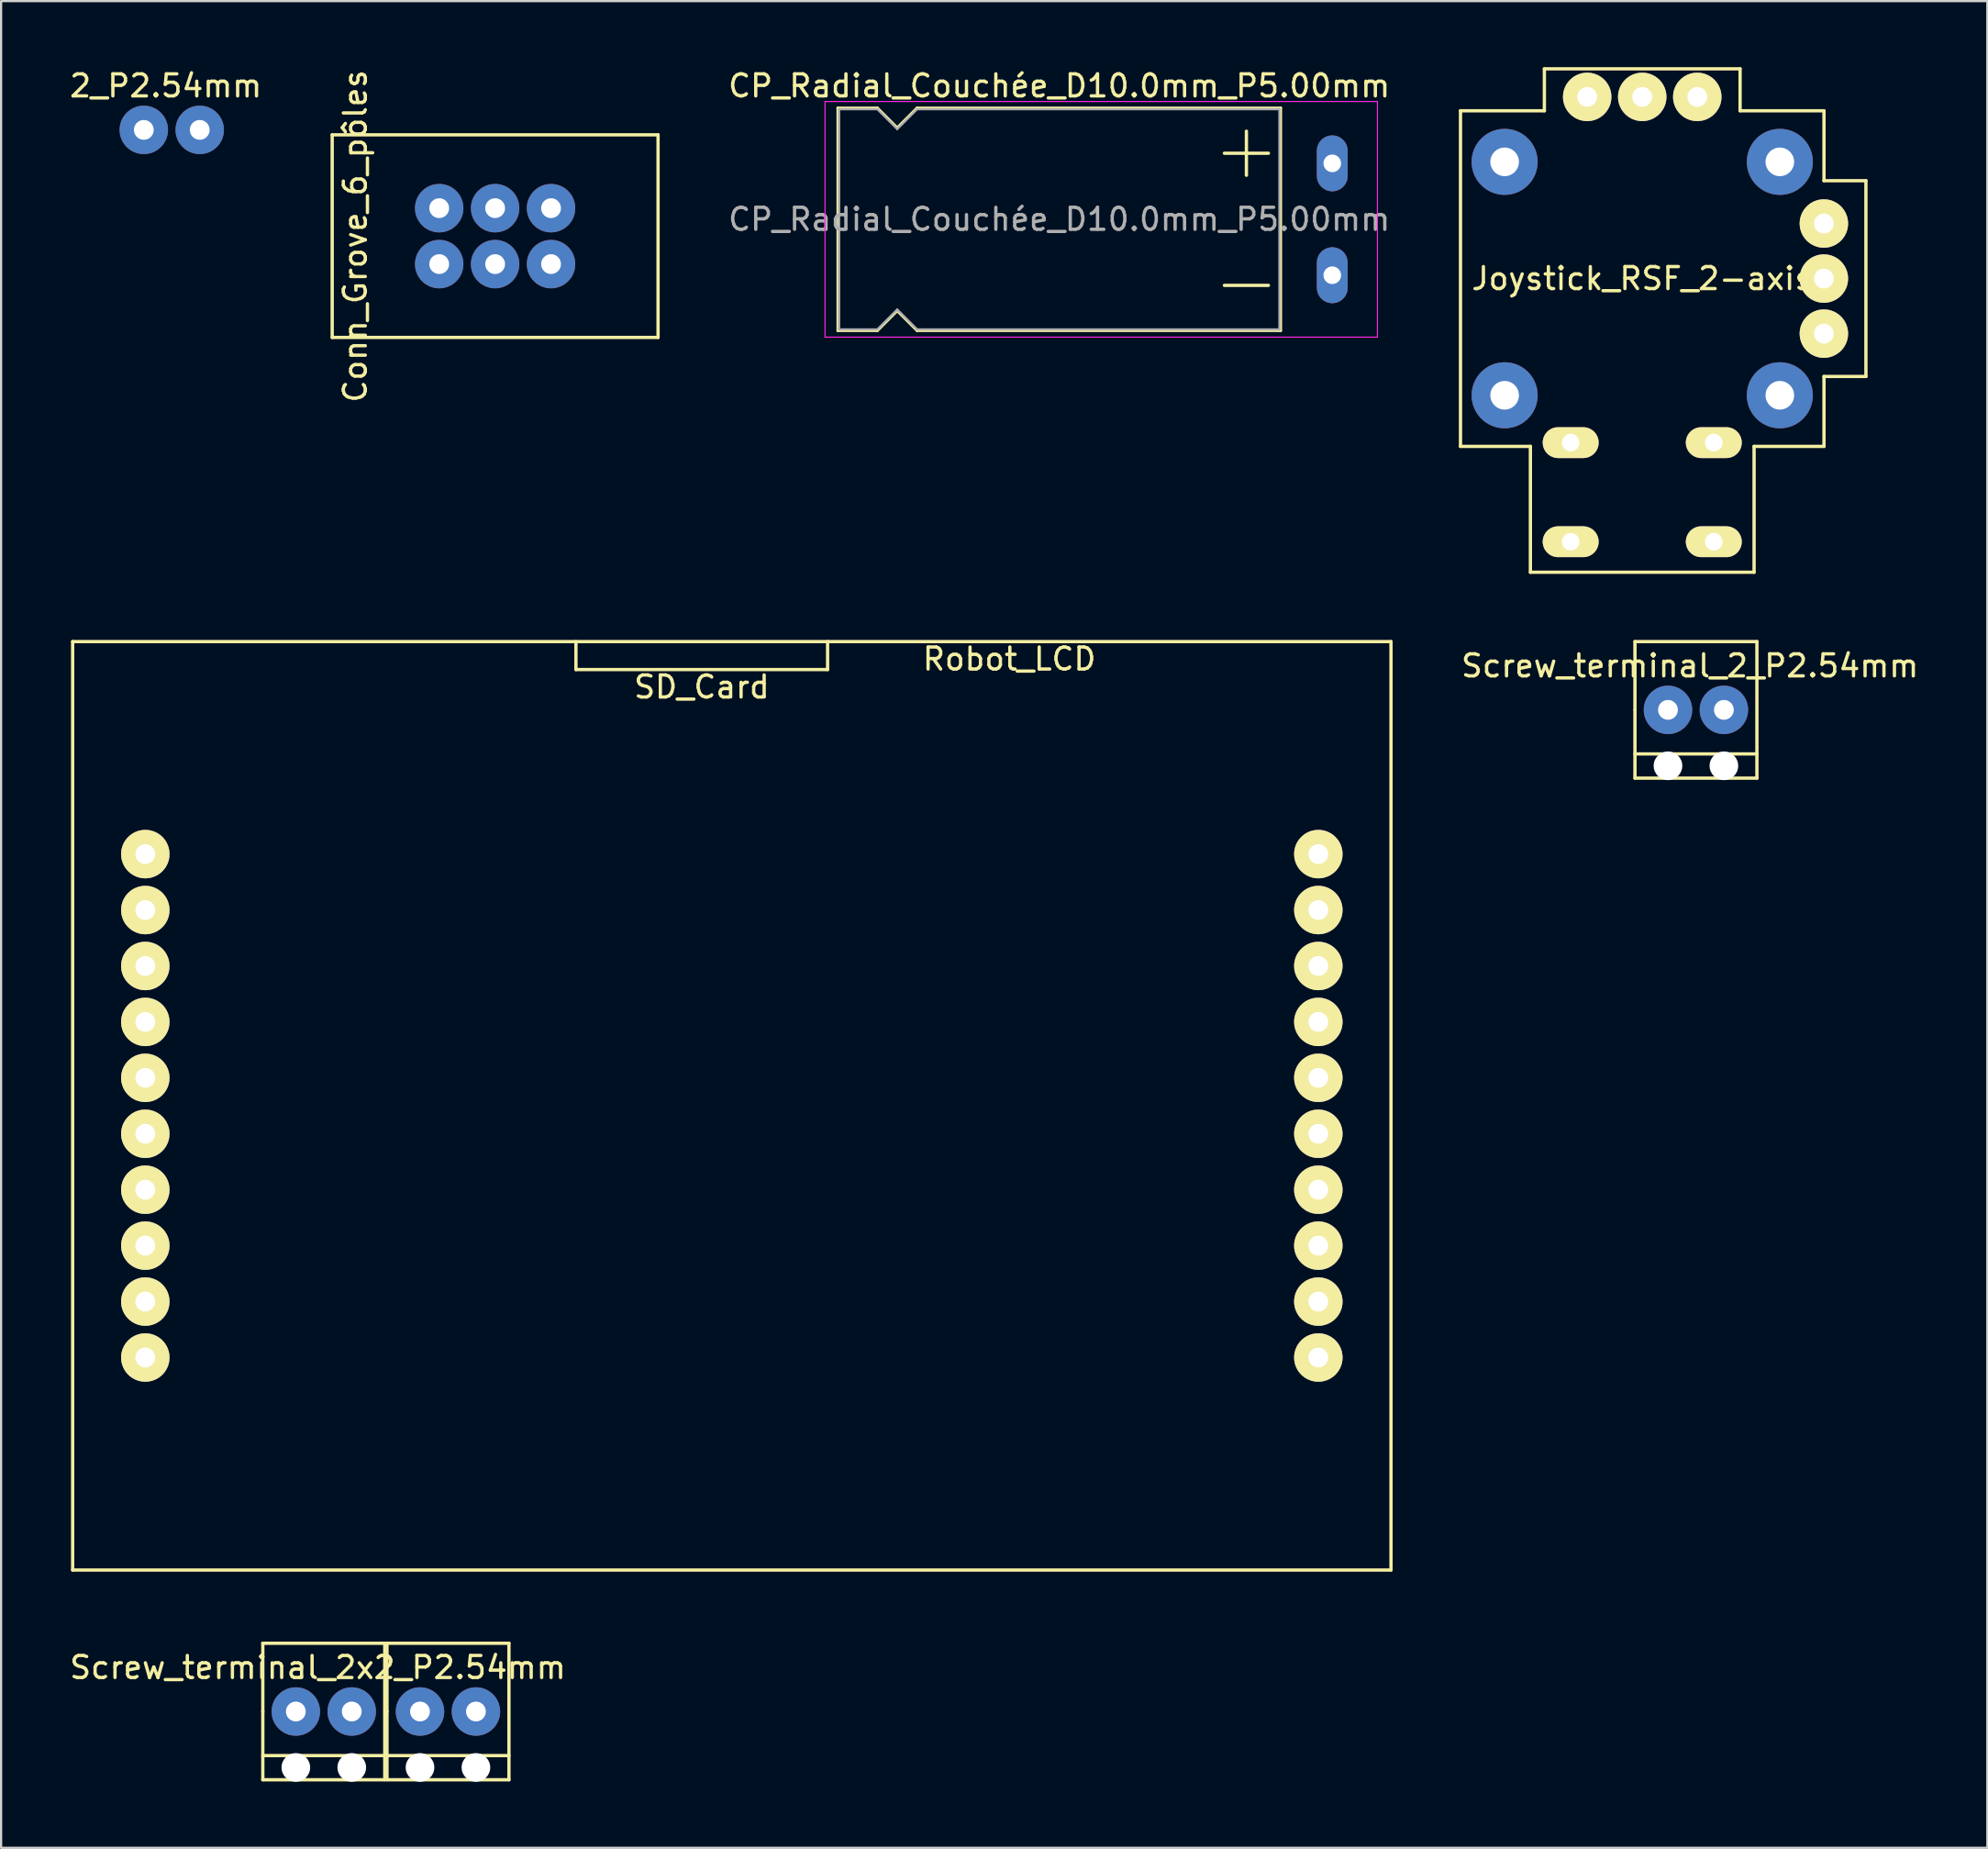
<source format=kicad_pcb>
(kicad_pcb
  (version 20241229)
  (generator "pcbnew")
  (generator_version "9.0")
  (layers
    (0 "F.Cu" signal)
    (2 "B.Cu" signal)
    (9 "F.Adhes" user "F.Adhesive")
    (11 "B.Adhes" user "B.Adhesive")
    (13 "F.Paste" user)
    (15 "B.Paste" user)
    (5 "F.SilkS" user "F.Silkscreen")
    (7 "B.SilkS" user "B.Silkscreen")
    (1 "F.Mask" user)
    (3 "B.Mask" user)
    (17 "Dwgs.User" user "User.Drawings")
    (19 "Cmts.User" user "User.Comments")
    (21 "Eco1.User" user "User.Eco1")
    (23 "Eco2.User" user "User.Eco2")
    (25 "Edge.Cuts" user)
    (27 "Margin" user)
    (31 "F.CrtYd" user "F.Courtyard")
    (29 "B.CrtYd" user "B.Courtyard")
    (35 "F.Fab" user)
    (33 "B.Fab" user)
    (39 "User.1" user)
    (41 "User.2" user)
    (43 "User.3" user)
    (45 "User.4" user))
  (footprint "Screw_terminal_2x2_P2.54mm"
    (layer "F.Cu")
    (at 10.387 74.67)
    (property "Reference" "Screw_terminal_2x2_P2.54mm" (at 1 -2 0) (layer "F.SilkS") (effects (font (size 1 1) (thickness 0.15))))
    (attr through_hole)
    (fp_line (start -1.5 -3.1) (end 4.04 -3.1) (stroke (width 0.15) (type solid)) (layer "F.SilkS"))
    (fp_line (start -1.5 0) (end -1.5 -3.1) (stroke (width 0.15) (type solid)) (layer "F.SilkS"))
    (fp_line (start -1.5 3.1) (end -1.5 0) (stroke (width 0.15) (type solid)) (layer "F.SilkS"))
    (fp_line (start -1.5 3.1) (end 4.04 3.1) (stroke (width 0.15) (type solid)) (layer "F.SilkS"))
    (fp_line (start 4.04 -3.1) (end 4.04 3.1) (stroke (width 0.15) (type solid)) (layer "F.SilkS"))
    (fp_line (start 4.04 2) (end -1.5 2) (stroke (width 0.15) (type solid)) (layer "F.SilkS"))
    (fp_line (start 4.14 -3.1) (end 9.68 -3.1) (stroke (width 0.15) (type solid)) (layer "F.SilkS"))
    (fp_line (start 4.14 0) (end 4.14 -3.1) (stroke (width 0.15) (type solid)) (layer "F.SilkS"))
    (fp_line (start 4.14 3.1) (end 4.14 0) (stroke (width 0.15) (type solid)) (layer "F.SilkS"))
    (fp_line (start 4.14 3.1) (end 9.68 3.1) (stroke (width 0.15) (type solid)) (layer "F.SilkS"))
    (fp_line (start 9.68 -3.1) (end 9.68 3.1) (stroke (width 0.15) (type solid)) (layer "F.SilkS"))
    (fp_line (start 9.68 2) (end 4.14 2) (stroke (width 0.15) (type solid)) (layer "F.SilkS"))
    (pad "" np_thru_hole circle (at 0 2.54) (size 1.3 1.3) (drill 1.3) (layers "*.Cu" "*.Mask"))
    (pad "" np_thru_hole circle (at 2.54 2.54) (size 1.3 1.3) (drill 1.3) (layers "*.Cu" "*.Mask"))
    (pad "" np_thru_hole circle (at 5.64 2.54) (size 1.3 1.3) (drill 1.3) (layers "*.Cu" "*.Mask"))
    (pad "" np_thru_hole circle (at 8.18 2.54) (size 1.3 1.3) (drill 1.3) (layers "*.Cu" "*.Mask"))
    (pad "1" thru_hole circle (at 0 0) (size 2.2 2.2) (drill 0.9) (layers "*.Cu" "*.Mask"))
    (pad "2" thru_hole circle (at 2.54 0) (size 2.2 2.2) (drill 0.9) (layers "*.Cu" "*.Mask"))
    (pad "3" thru_hole circle (at 5.64 0) (size 2.2 2.2) (drill 0.9) (layers "*.Cu" "*.Mask"))
    (pad "4" thru_hole circle (at 8.18 0) (size 2.2 2.2) (drill 0.9) (layers "*.Cu" "*.Mask")))
  (footprint "2_P2.54mm"
    (layer "F.Cu")
    (at 3.482 2.848)
    (property "Reference" "2_P2.54mm" (at 1 -2 0) (layer "F.SilkS") (effects (font (size 1 1) (thickness 0.15))))
    (attr through_hole)
    (pad "1" thru_hole circle (at 0 0) (size 2.2 2.2) (drill 0.9) (layers "*.Cu" "*.Mask"))
    (pad "2" thru_hole circle (at 2.54 0) (size 2.2 2.2) (drill 0.9) (layers "*.Cu" "*.Mask")))
  (footprint "Conn_Grove_6_pôles"
    (layer "F.Cu")
    (at 19.439 7.673)
    (property "Reference" "Conn_Grove_6_pôles" (at -6.35 0 90) (layer "F.SilkS") (effects (font (size 1 1) (thickness 0.15))))
    (attr through_hole)
    (fp_line (start -7.4 -4.6) (end 7.4 -4.6) (stroke (width 0.15) (type solid)) (layer "F.SilkS"))
    (fp_line (start -7.4 4.6) (end -7.4 -4.6) (stroke (width 0.15) (type solid)) (layer "F.SilkS"))
    (fp_line (start -7.4 4.6) (end 7.4 4.6) (stroke (width 0.15) (type solid)) (layer "F.SilkS"))
    (fp_line (start 7.4 4.6) (end 7.4 -4.6) (stroke (width 0.15) (type solid)) (layer "F.SilkS"))
    (pad "1" thru_hole circle (at 2.54 -1.27) (size 2.2 2.2) (drill 0.9) (layers "*.Cu" "*.Mask"))
    (pad "2" thru_hole circle (at 0 -1.27) (size 2.2 2.2) (drill 0.9) (layers "*.Cu" "*.Mask"))
    (pad "3" thru_hole circle (at -2.54 -1.27) (size 2.2 2.2) (drill 0.9) (layers "*.Cu" "*.Mask"))
    (pad "4" thru_hole circle (at 2.54 1.27) (size 2.2 2.2) (drill 0.9) (layers "*.Cu" "*.Mask"))
    (pad "5" thru_hole circle (at 0 1.27) (size 2.2 2.2) (drill 0.9) (layers "*.Cu" "*.Mask"))
    (pad "6" thru_hole circle (at -2.54 1.27) (size 2.2 2.2) (drill 0.9) (layers "*.Cu" "*.Mask")))
  (footprint "Robot_LCD"
    (placed yes)
    (layer "F.Cu")
    (at 0.25 68.245)
    (property "Reference" "Robot_LCD" (at 42.545 -41.37 0) (layer "F.SilkS") (effects (font (size 1 1) (thickness 0.15))))
    (attr through_hole)
    (fp_line (start 0 -42.16) (end 59.88 -42.16) (stroke (width 0.15) (type solid)) (layer "F.SilkS"))
    (fp_line (start 0 0) (end 0 -42.16) (stroke (width 0.15) (type solid)) (layer "F.SilkS"))
    (fp_line (start 22.86 -42.16) (end 22.86 -40.89) (stroke (width 0.15) (type solid)) (layer "F.SilkS"))
    (fp_line (start 22.86 -40.89) (end 34.29 -40.89) (stroke (width 0.15) (type solid)) (layer "F.SilkS"))
    (fp_line (start 34.29 -40.89) (end 34.29 -42.16) (stroke (width 0.15) (type solid)) (layer "F.SilkS"))
    (fp_line (start 59.88 -42.16) (end 59.88 0) (stroke (width 0.15) (type solid)) (layer "F.SilkS"))
    (fp_line (start 59.88 0) (end 0 0) (stroke (width 0.15) (type solid)) (layer "F.SilkS"))
    (fp_text user "SD_Card" (at 28.575 -40.1 0) (layer "F.SilkS") (effects (font (size 1 1) (thickness 0.15))))
    (pad "" thru_hole circle (at 3.3 -32.51) (size 2.2 2.2) (drill 0.9) (layers "*.Cu" "*.Mask" "F.SilkS"))
    (pad "" thru_hole circle (at 3.3 -29.97) (size 2.2 2.2) (drill 0.9) (layers "*.Cu" "*.Mask" "F.SilkS"))
    (pad "" thru_hole circle (at 3.3 -27.43) (size 2.2 2.2) (drill 0.9) (layers "*.Cu" "*.Mask" "F.SilkS"))
    (pad "" thru_hole circle (at 3.3 -24.89) (size 2.2 2.2) (drill 0.9) (layers "*.Cu" "*.Mask" "F.SilkS"))
    (pad "" thru_hole circle (at 3.3 -22.35) (size 2.2 2.2) (drill 0.9) (layers "*.Cu" "*.Mask" "F.SilkS"))
    (pad "" thru_hole circle (at 3.3 -19.81) (size 2.2 2.2) (drill 0.9) (layers "*.Cu" "*.Mask" "F.SilkS"))
    (pad "" thru_hole circle (at 3.3 -17.27) (size 2.2 2.2) (drill 0.9) (layers "*.Cu" "*.Mask" "F.SilkS"))
    (pad "" thru_hole circle (at 3.3 -14.73) (size 2.2 2.2) (drill 0.9) (layers "*.Cu" "*.Mask" "F.SilkS"))
    (pad "" thru_hole circle (at 3.3 -12.19) (size 2.2 2.2) (drill 0.9) (layers "*.Cu" "*.Mask" "F.SilkS"))
    (pad "" thru_hole circle (at 3.3 -9.65) (size 2.2 2.2) (drill 0.9) (layers "*.Cu" "*.Mask" "F.SilkS"))
    (pad "1" thru_hole circle (at 56.58 -32.51) (size 2.2 2.2) (drill 0.9) (layers "*.Cu" "*.Mask" "F.SilkS"))
    (pad "2" thru_hole circle (at 56.58 -29.97) (size 2.2 2.2) (drill 0.9) (layers "*.Cu" "*.Mask" "F.SilkS"))
    (pad "3" thru_hole circle (at 56.58 -27.43) (size 2.2 2.2) (drill 0.9) (layers "*.Cu" "*.Mask" "F.SilkS"))
    (pad "4" thru_hole circle (at 56.58 -24.89) (size 2.2 2.2) (drill 0.9) (layers "*.Cu" "*.Mask" "F.SilkS"))
    (pad "5" thru_hole circle (at 56.58 -22.35) (size 2.2 2.2) (drill 0.9) (layers "*.Cu" "*.Mask" "F.SilkS"))
    (pad "6" thru_hole circle (at 56.58 -19.81) (size 2.2 2.2) (drill 0.9) (layers "*.Cu" "*.Mask" "F.SilkS"))
    (pad "7" thru_hole circle (at 56.58 -17.27) (size 2.2 2.2) (drill 0.9) (layers "*.Cu" "*.Mask" "F.SilkS"))
    (pad "8" thru_hole circle (at 56.58 -14.73) (size 2.2 2.2) (drill 0.9) (layers "*.Cu" "*.Mask" "F.SilkS"))
    (pad "9" thru_hole circle (at 56.58 -12.19) (size 2.2 2.2) (drill 0.9) (layers "*.Cu" "*.Mask" "F.SilkS"))
    (pad "10" thru_hole circle (at 56.58 -9.65) (size 2.2 2.2) (drill 0.9) (layers "*.Cu" "*.Mask" "F.SilkS")))
  (footprint "Screw_terminal_2_P2.54mm"
    (layer "F.Cu")
    (at 72.711 29.185)
    (property "Reference" "Screw_terminal_2_P2.54mm" (at 1 -2 0) (layer "F.SilkS") (effects (font (size 1 1) (thickness 0.15))))
    (attr through_hole)
    (fp_line (start -1.5 -3.1) (end 4.04 -3.1) (stroke (width 0.15) (type solid)) (layer "F.SilkS"))
    (fp_line (start -1.5 0) (end -1.5 -3.1) (stroke (width 0.15) (type solid)) (layer "F.SilkS"))
    (fp_line (start -1.5 3.1) (end -1.5 0) (stroke (width 0.15) (type solid)) (layer "F.SilkS"))
    (fp_line (start -1.5 3.1) (end 4.04 3.1) (stroke (width 0.15) (type solid)) (layer "F.SilkS"))
    (fp_line (start 4.04 -3.1) (end 4.04 3.1) (stroke (width 0.15) (type solid)) (layer "F.SilkS"))
    (fp_line (start 4.04 2) (end -1.5 2) (stroke (width 0.15) (type solid)) (layer "F.SilkS"))
    (pad "" np_thru_hole circle (at 0 2.54) (size 1.3 1.3) (drill 1.3) (layers "*.Cu" "*.Mask"))
    (pad "" np_thru_hole circle (at 2.54 2.54) (size 1.3 1.3) (drill 1.3) (layers "*.Cu" "*.Mask"))
    (pad "1" thru_hole circle (at 0 0) (size 2.2 2.2) (drill 0.9) (layers "*.Cu" "*.Mask"))
    (pad "2" thru_hole circle (at 2.54 0) (size 2.2 2.2) (drill 0.9) (layers "*.Cu" "*.Mask")))
  (footprint "CP_Radial_Couchée_D10.0mm_P5.00mm"
    (layer "F.Cu")
    (at 34.563 6.908)
    (property "Reference" "CP_Radial_Couchée_D10.0mm_P5.00mm" (at 10.5 -6.06 0) (layer "F.SilkS") (effects (font (size 1 1) (thickness 0.15))))
    (attr through_hole)
    (fp_line (start 0.44 -5.06) (end 0.44 5.06) (stroke (width 0.12) (type solid)) (layer "F.SilkS"))
    (fp_line (start 0.44 -5.06) (end 2.24 -5.06) (stroke (width 0.12) (type solid)) (layer "F.SilkS"))
    (fp_line (start 0.44 5.06) (end 2.24 5.06) (stroke (width 0.12) (type solid)) (layer "F.SilkS"))
    (fp_line (start 2.24 -5.06) (end 3.14 -4.16) (stroke (width 0.12) (type solid)) (layer "F.SilkS"))
    (fp_line (start 2.24 5.06) (end 3.14 4.16) (stroke (width 0.12) (type solid)) (layer "F.SilkS"))
    (fp_line (start 3.14 -4.16) (end 4.04 -5.06) (stroke (width 0.12) (type solid)) (layer "F.SilkS"))
    (fp_line (start 3.14 4.16) (end 4.04 5.06) (stroke (width 0.12) (type solid)) (layer "F.SilkS"))
    (fp_line (start 4.04 -5.06) (end 20.56 -5.06) (stroke (width 0.12) (type solid)) (layer "F.SilkS"))
    (fp_line (start 4.04 5.06) (end 20.56 5.06) (stroke (width 0.12) (type solid)) (layer "F.SilkS"))
    (fp_line (start 18 -3) (end 20 -3) (stroke (width 0.15) (type solid)) (layer "F.SilkS"))
    (fp_line (start 18 3) (end 20 3) (stroke (width 0.15) (type solid)) (layer "F.SilkS"))
    (fp_line (start 19 -4) (end 19 -2) (stroke (width 0.15) (type solid)) (layer "F.SilkS"))
    (fp_line (start 20.56 -5.06) (end 20.56 5.06) (stroke (width 0.12) (type solid)) (layer "F.SilkS"))
    (fp_line (start -0.14 -5.35) (end -0.14 5.35) (stroke (width 0.05) (type solid)) (layer "F.CrtYd"))
    (fp_line (start -0.14 5.35) (end 24.95 5.35) (stroke (width 0.05) (type solid)) (layer "F.CrtYd"))
    (fp_line (start 24.95 -5.35) (end -0.14 -5.35) (stroke (width 0.05) (type solid)) (layer "F.CrtYd"))
    (fp_line (start 24.95 5.35) (end 24.95 -5.35) (stroke (width 0.05) (type solid)) (layer "F.CrtYd"))
    (fp_line (start 0.5 -5) (end 0.5 5) (stroke (width 0.1) (type solid)) (layer "F.Fab"))
    (fp_line (start 0.5 -5) (end 2.24 -5) (stroke (width 0.1) (type solid)) (layer "F.Fab"))
    (fp_line (start 0.5 5) (end 2.24 5) (stroke (width 0.1) (type solid)) (layer "F.Fab"))
    (fp_line (start 2.24 -5) (end 3.14 -4.1) (stroke (width 0.1) (type solid)) (layer "F.Fab"))
    (fp_line (start 2.24 5) (end 3.14 4.1) (stroke (width 0.1) (type solid)) (layer "F.Fab"))
    (fp_line (start 3.14 -4.1) (end 4.04 -5) (stroke (width 0.1) (type solid)) (layer "F.Fab"))
    (fp_line (start 3.14 4.1) (end 4.04 5) (stroke (width 0.1) (type solid)) (layer "F.Fab"))
    (fp_line (start 4.04 -5) (end 20.5 -5) (stroke (width 0.1) (type solid)) (layer "F.Fab"))
    (fp_line (start 4.04 5) (end 20.5 5) (stroke (width 0.1) (type solid)) (layer "F.Fab"))
    (fp_line (start 20.5 -5) (end 20.5 5) (stroke (width 0.1) (type solid)) (layer "F.Fab"))
    (fp_text user "${REFERENCE}" (at 10.5 0 0) (layer "F.Fab") (effects (font (size 1 1) (thickness 0.15))))
    (pad "1" thru_hole oval (at 22.9 -2.54) (size 1.4 2.54) (drill 0.8) (layers "*.Cu" "*.Mask"))
    (pad "2" thru_hole oval (at 22.9 2.54) (size 1.4 2.54) (drill 0.8) (layers "*.Cu" "*.Mask")))
  (footprint "Joystick_RSF_2-axis"
    (layer "F.Cu")
    (at 71.542 9.6)
    (property "Reference" "Joystick_RSF_2-axis" (at 0 0 0) (layer "F.SilkS") (effects (font (size 1 1) (thickness 0.15))))
    (attr through_hole)
    (fp_line (start -8.255 -7.62) (end -8.255 7.62) (stroke (width 0.15) (type solid)) (layer "F.SilkS"))
    (fp_line (start -8.255 7.62) (end -5.08 7.62) (stroke (width 0.15) (type solid)) (layer "F.SilkS"))
    (fp_line (start -5.08 7.62) (end -5.08 13.335) (stroke (width 0.15) (type solid)) (layer "F.SilkS"))
    (fp_line (start -5.08 13.335) (end 5.08 13.335) (stroke (width 0.15) (type solid)) (layer "F.SilkS"))
    (fp_line (start -4.445 -9.525) (end -4.445 -7.62) (stroke (width 0.15) (type solid)) (layer "F.SilkS"))
    (fp_line (start -4.445 -7.62) (end -8.255 -7.62) (stroke (width 0.15) (type solid)) (layer "F.SilkS"))
    (fp_line (start 4.445 -9.525) (end -4.445 -9.525) (stroke (width 0.15) (type solid)) (layer "F.SilkS"))
    (fp_line (start 4.445 -7.62) (end 4.445 -9.525) (stroke (width 0.15) (type solid)) (layer "F.SilkS"))
    (fp_line (start 5.08 7.62) (end 8.255 7.62) (stroke (width 0.15) (type solid)) (layer "F.SilkS"))
    (fp_line (start 5.08 13.335) (end 5.08 7.62) (stroke (width 0.15) (type solid)) (layer "F.SilkS"))
    (fp_line (start 8.255 -7.62) (end 4.445 -7.62) (stroke (width 0.15) (type solid)) (layer "F.SilkS"))
    (fp_line (start 8.255 -4.445) (end 8.255 -7.62) (stroke (width 0.15) (type solid)) (layer "F.SilkS"))
    (fp_line (start 8.255 4.445) (end 10.16 4.445) (stroke (width 0.15) (type solid)) (layer "F.SilkS"))
    (fp_line (start 8.255 7.62) (end 8.255 4.445) (stroke (width 0.15) (type solid)) (layer "F.SilkS"))
    (fp_line (start 10.16 -4.445) (end 8.255 -4.445) (stroke (width 0.15) (type solid)) (layer "F.SilkS"))
    (fp_line (start 10.16 4.445) (end 10.16 -4.445) (stroke (width 0.15) (type solid)) (layer "F.SilkS"))
    (pad "" np_thru_hole circle (at -6.25 -5.3) (size 3 3) (drill 1.3) (layers "*.Cu" "*.Mask"))
    (pad "" np_thru_hole circle (at -6.25 5.3) (size 3 3) (drill 1.3) (layers "*.Cu" "*.Mask"))
    (pad "" np_thru_hole circle (at 6.25 -5.3) (size 3 3) (drill 1.3) (layers "*.Cu" "*.Mask"))
    (pad "" np_thru_hole circle (at 6.25 5.3) (size 3 3) (drill 1.3) (layers "*.Cu" "*.Mask"))
    (pad "1" thru_hole circle (at 8.25 -2.5) (size 2.2 2.2) (drill 0.9) (layers "*.Cu" "*.Mask" "F.SilkS"))
    (pad "2" thru_hole circle (at 8.25 0) (size 2.2 2.2) (drill 0.9) (layers "*.Cu" "*.Mask" "F.SilkS"))
    (pad "3" thru_hole circle (at 8.25 2.5) (size 2.2 2.2) (drill 0.9) (layers "*.Cu" "*.Mask" "F.SilkS"))
    (pad "4" thru_hole circle (at 2.5 -8.25) (size 2.2 2.2) (drill 0.9) (layers "*.Cu" "*.Mask" "F.SilkS"))
    (pad "5" thru_hole circle (at 0 -8.25) (size 2.2 2.2) (drill 0.9) (layers "*.Cu" "*.Mask" "F.SilkS"))
    (pad "6" thru_hole circle (at -2.5 -8.25) (size 2.2 2.2) (drill 0.9) (layers "*.Cu" "*.Mask" "F.SilkS"))
    (pad "7" thru_hole oval (at 3.25 11.95) (size 2.54 1.4) (drill 0.8) (layers "*.Cu" "*.Mask" "F.SilkS"))
    (pad "8" thru_hole oval (at -3.25 11.95) (size 2.54 1.4) (drill 0.8) (layers "*.Cu" "*.Mask" "F.SilkS"))
    (pad "9" thru_hole oval (at 3.25 7.45) (size 2.54 1.4) (drill 0.8) (layers "*.Cu" "*.Mask" "F.SilkS"))
    (pad "10" thru_hole oval (at -3.25 7.45) (size 2.54 1.4) (drill 0.8) (layers "*.Cu" "*.Mask" "F.SilkS")))
  (gr_rect
    (start -3 -3)
    (end 87.217 80.86)
    (stroke (width 0.1) (type default))
    (fill no)
    (layer "Edge.Cuts")))
</source>
